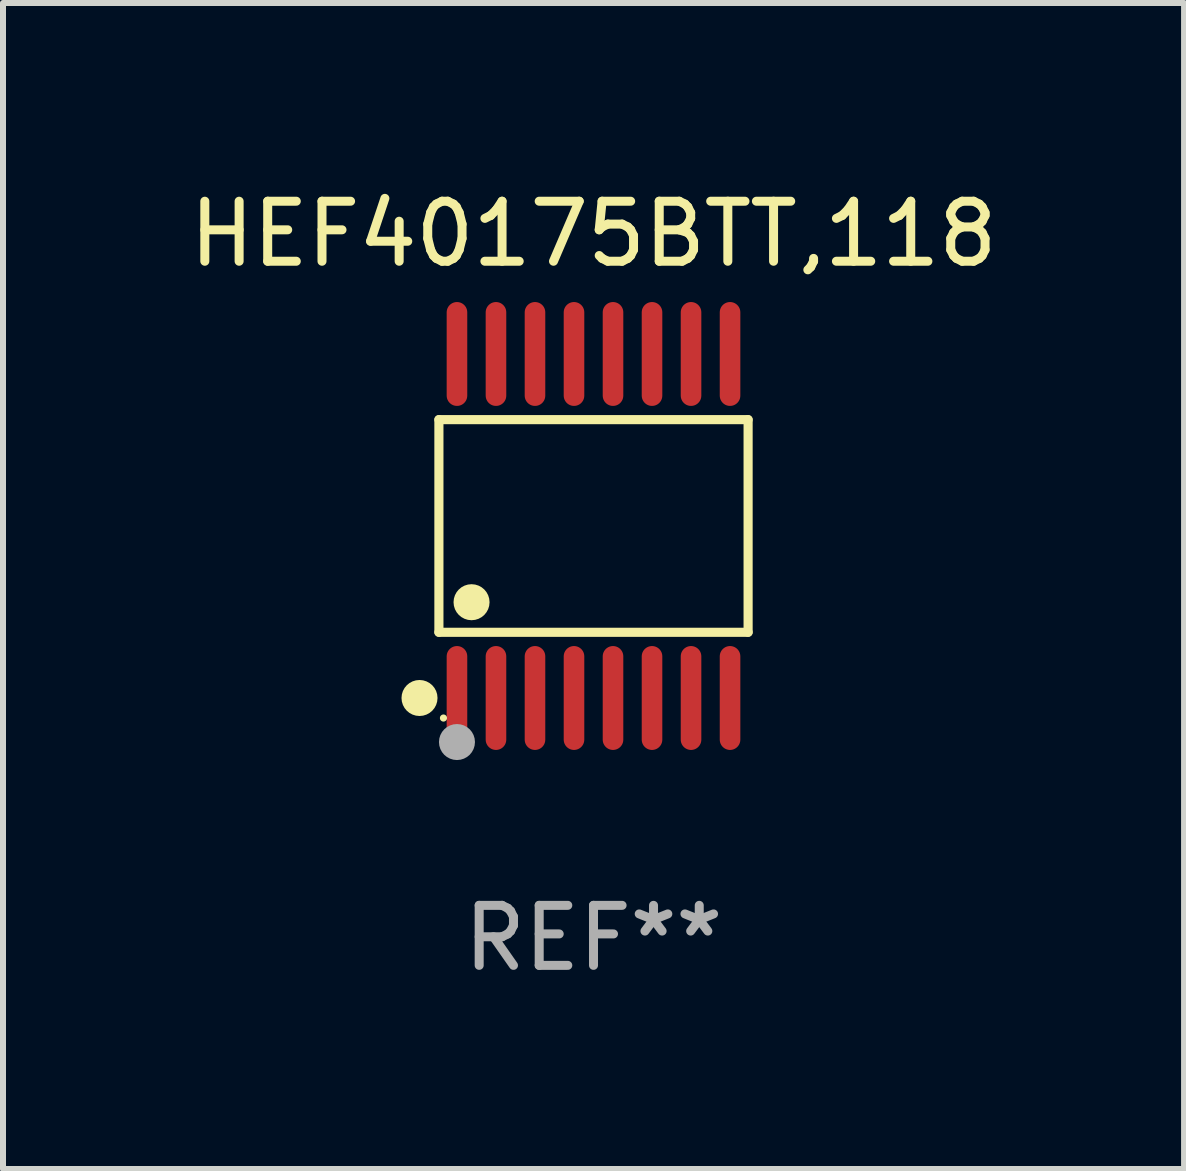
<source format=kicad_pcb>
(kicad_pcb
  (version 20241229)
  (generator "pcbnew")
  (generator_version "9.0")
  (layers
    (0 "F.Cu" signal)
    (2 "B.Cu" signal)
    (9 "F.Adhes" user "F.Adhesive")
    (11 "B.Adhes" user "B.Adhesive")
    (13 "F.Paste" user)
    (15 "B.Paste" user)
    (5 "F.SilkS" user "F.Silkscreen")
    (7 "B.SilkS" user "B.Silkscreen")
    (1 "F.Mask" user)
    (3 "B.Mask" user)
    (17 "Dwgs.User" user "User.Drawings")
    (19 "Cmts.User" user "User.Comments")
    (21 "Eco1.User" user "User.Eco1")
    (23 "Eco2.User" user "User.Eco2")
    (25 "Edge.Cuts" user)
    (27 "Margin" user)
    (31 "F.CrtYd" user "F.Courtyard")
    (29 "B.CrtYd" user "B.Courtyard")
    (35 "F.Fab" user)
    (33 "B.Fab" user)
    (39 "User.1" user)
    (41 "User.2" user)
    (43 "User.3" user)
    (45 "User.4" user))
  (footprint "HEF40175BTT,118"
    (layer "F.Cu")
    (at 6.839 5.714)
    (property "Reference" "HEF40175BTT,118" (at 0 -4.866 0) (layer "F.SilkS") (effects (font (size 1 1) (thickness 0.15))))
    (attr through_hole)
    (fp_line (start -2.576 -1.772) (end 2.576 -1.772) (stroke (width 0.152) (type solid)) (layer "F.SilkS"))
    (fp_line (start -2.576 1.771) (end -2.576 -1.772) (stroke (width 0.152) (type solid)) (layer "F.SilkS"))
    (fp_line (start 2.576 -1.772) (end 2.576 1.771) (stroke (width 0.152) (type solid)) (layer "F.SilkS"))
    (fp_line (start 2.576 1.771) (end -2.576 1.771) (stroke (width 0.152) (type solid)) (layer "F.SilkS"))
    (fp_circle (center -2.899 2.866) (end -2.749 2.866) (stroke (width 0.3) (type solid)) (fill no) (layer "F.SilkS"))
    (fp_circle (center -2.5 3.2) (end -2.47 3.2) (stroke (width 0.06) (type solid)) (fill no) (layer "F.SilkS"))
    (fp_circle (center -2.032 1.27) (end -1.882 1.27) (stroke (width 0.3) (type solid)) (fill no) (layer "F.SilkS"))
    (fp_circle (center -2.275 3.6) (end -2.125 3.6) (stroke (width 0.3) (type solid)) (fill no) (layer "F.Fab"))
    (fp_text user "REF**" (at 0 6.866 0) (layer "F.Fab") (effects (font (size 1 1) (thickness 0.15))))
    (pad "1" smd oval (at -2.275 2.866) (size 0.343 1.731) (layers "F.Cu" "F.Mask" "F.Paste"))
    (pad "2" smd oval (at -1.625 2.866) (size 0.343 1.731) (layers "F.Cu" "F.Mask" "F.Paste"))
    (pad "3" smd oval (at -0.975 2.866) (size 0.343 1.731) (layers "F.Cu" "F.Mask" "F.Paste"))
    (pad "4" smd oval (at -0.325 2.866) (size 0.343 1.731) (layers "F.Cu" "F.Mask" "F.Paste"))
    (pad "5" smd oval (at 0.325 2.866) (size 0.343 1.731) (layers "F.Cu" "F.Mask" "F.Paste"))
    (pad "6" smd oval (at 0.975 2.866) (size 0.343 1.731) (layers "F.Cu" "F.Mask" "F.Paste"))
    (pad "7" smd oval (at 1.625 2.866) (size 0.343 1.731) (layers "F.Cu" "F.Mask" "F.Paste"))
    (pad "8" smd oval (at 2.275 2.866) (size 0.343 1.731) (layers "F.Cu" "F.Mask" "F.Paste"))
    (pad "9" smd oval (at 2.275 -2.866) (size 0.343 1.731) (layers "F.Cu" "F.Mask" "F.Paste"))
    (pad "10" smd oval (at 1.625 -2.866) (size 0.343 1.731) (layers "F.Cu" "F.Mask" "F.Paste"))
    (pad "11" smd oval (at 0.975 -2.866) (size 0.343 1.731) (layers "F.Cu" "F.Mask" "F.Paste"))
    (pad "12" smd oval (at 0.325 -2.866) (size 0.343 1.731) (layers "F.Cu" "F.Mask" "F.Paste"))
    (pad "13" smd oval (at -0.325 -2.866) (size 0.343 1.731) (layers "F.Cu" "F.Mask" "F.Paste"))
    (pad "14" smd oval (at -0.975 -2.866) (size 0.343 1.731) (layers "F.Cu" "F.Mask" "F.Paste"))
    (pad "15" smd oval (at -1.625 -2.866) (size 0.343 1.731) (layers "F.Cu" "F.Mask" "F.Paste"))
    (pad "16" smd oval (at -2.275 -2.866) (size 0.343 1.731) (layers "F.Cu" "F.Mask" "F.Paste")))
  (gr_rect
    (start -3 -3)
    (end 16.679 16.428)
    (stroke (width 0.1) (type default))
    (fill no)
    (layer "Edge.Cuts")))
</source>
